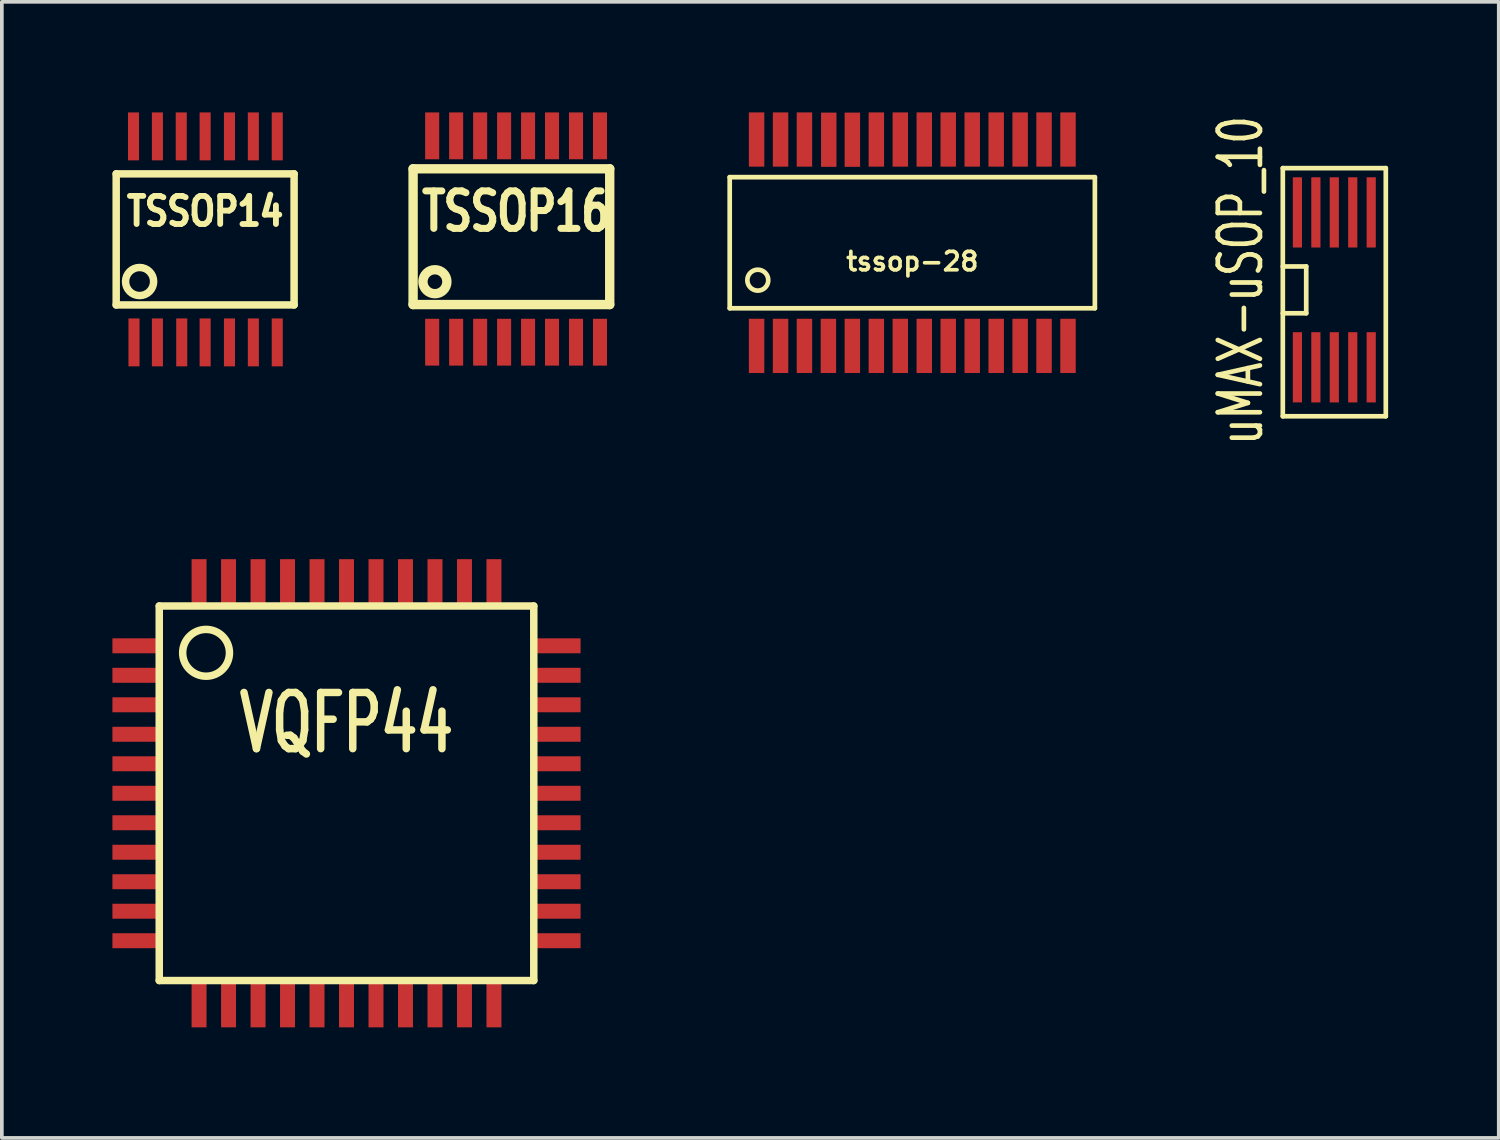
<source format=kicad_pcb>
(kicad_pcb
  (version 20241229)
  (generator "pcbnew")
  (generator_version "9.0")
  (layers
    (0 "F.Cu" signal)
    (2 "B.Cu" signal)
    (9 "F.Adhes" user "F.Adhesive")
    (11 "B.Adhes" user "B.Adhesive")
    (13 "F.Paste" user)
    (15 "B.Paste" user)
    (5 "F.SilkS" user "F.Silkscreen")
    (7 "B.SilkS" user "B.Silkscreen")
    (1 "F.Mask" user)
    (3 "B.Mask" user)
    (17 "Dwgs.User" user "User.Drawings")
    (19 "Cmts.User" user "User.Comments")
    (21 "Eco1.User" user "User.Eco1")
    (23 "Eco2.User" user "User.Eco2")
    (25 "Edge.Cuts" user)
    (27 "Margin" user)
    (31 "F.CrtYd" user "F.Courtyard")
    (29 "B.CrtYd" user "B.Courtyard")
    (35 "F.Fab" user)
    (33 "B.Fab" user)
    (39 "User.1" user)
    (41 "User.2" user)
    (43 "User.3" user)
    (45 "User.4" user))
  (footprint "TSSOP14"
    (layer "F.Cu")
    (at 2.515 3.444)
    (property "Reference" "TSSOP14" (at 0 -0.762 0) (layer "F.SilkS") (effects (font (size 0.762 0.635) (thickness 0.16))))
    (attr smd)
    (fp_line (start -2.413 -1.778) (end 2.413 -1.778) (stroke (width 0.203) (type solid)) (layer "F.SilkS"))
    (fp_line (start -2.413 1.778) (end -2.413 -1.778) (stroke (width 0.203) (type solid)) (layer "F.SilkS"))
    (fp_line (start 2.413 -1.778) (end 2.413 1.778) (stroke (width 0.203) (type solid)) (layer "F.SilkS"))
    (fp_line (start 2.413 1.778) (end -2.413 1.778) (stroke (width 0.203) (type solid)) (layer "F.SilkS"))
    (fp_circle (center -1.778 1.143) (end -2.159 1.143) (stroke (width 0.203) (type solid)) (fill no) (layer "F.SilkS"))
    (pad "1" smd rect (at -1.93 2.794) (size 0.3 1.3) (layers "F.Cu" "F.Mask" "F.Paste"))
    (pad "2" smd rect (at -1.295 2.794) (size 0.3 1.3) (layers "F.Cu" "F.Mask" "F.Paste"))
    (pad "3" smd rect (at -0.635 2.794) (size 0.3 1.3) (layers "F.Cu" "F.Mask" "F.Paste"))
    (pad "4" smd rect (at 0 2.794) (size 0.3 1.3) (layers "F.Cu" "F.Mask" "F.Paste"))
    (pad "5" smd rect (at 0.66 2.794) (size 0.3 1.3) (layers "F.Cu" "F.Mask" "F.Paste"))
    (pad "6" smd rect (at 1.308 2.794) (size 0.3 1.3) (layers "F.Cu" "F.Mask" "F.Paste"))
    (pad "7" smd rect (at 1.956 2.794) (size 0.3 1.3) (layers "F.Cu" "F.Mask" "F.Paste"))
    (pad "8" smd rect (at 1.956 -2.794) (size 0.3 1.3) (layers "F.Cu" "F.Mask" "F.Paste"))
    (pad "9" smd rect (at 1.308 -2.794) (size 0.3 1.3) (layers "F.Cu" "F.Mask" "F.Paste"))
    (pad "10" smd rect (at 0.66 -2.794) (size 0.3 1.3) (layers "F.Cu" "F.Mask" "F.Paste"))
    (pad "11" smd rect (at 0 -2.794) (size 0.3 1.3) (layers "F.Cu" "F.Mask" "F.Paste"))
    (pad "12" smd rect (at -0.648 -2.794) (size 0.3 1.3) (layers "F.Cu" "F.Mask" "F.Paste"))
    (pad "13" smd rect (at -1.295 -2.794) (size 0.3 1.3) (layers "F.Cu" "F.Mask" "F.Paste"))
    (pad "14" smd rect (at -1.943 -2.794) (size 0.3 1.3) (layers "F.Cu" "F.Mask" "F.Paste")))
  (footprint "tssop-28"
    (layer "F.Cu")
    (at 21.698 3.534)
    (property "Reference" "tssop-28" (at 0 0.508 0) (layer "F.SilkS") (effects (font (size 0.5 0.5) (thickness 0.099))))
    (attr smd)
    (fp_line (start -4.953 -1.778) (end -4.953 1.778) (stroke (width 0.127) (type solid)) (layer "F.SilkS"))
    (fp_line (start -4.953 1.778) (end 4.953 1.778) (stroke (width 0.127) (type solid)) (layer "F.SilkS"))
    (fp_line (start 4.953 -1.778) (end -4.953 -1.778) (stroke (width 0.127) (type solid)) (layer "F.SilkS"))
    (fp_line (start 4.953 -1.778) (end 4.953 1.778) (stroke (width 0.127) (type solid)) (layer "F.SilkS"))
    (fp_circle (center -4.191 1.016) (end -4.318 1.27) (stroke (width 0.127) (type solid)) (fill no) (layer "F.SilkS"))
    (pad "1" smd rect (at -4.224 2.799) (size 0.419 1.471) (layers "F.Cu" "F.Mask" "F.Paste"))
    (pad "2" smd rect (at -3.574 2.799) (size 0.419 1.471) (layers "F.Cu" "F.Mask" "F.Paste"))
    (pad "3" smd rect (at -2.926 2.799) (size 0.419 1.471) (layers "F.Cu" "F.Mask" "F.Paste"))
    (pad "4" smd rect (at -2.276 2.799) (size 0.419 1.471) (layers "F.Cu" "F.Mask" "F.Paste"))
    (pad "5" smd rect (at -1.626 2.799) (size 0.419 1.471) (layers "F.Cu" "F.Mask" "F.Paste"))
    (pad "6" smd rect (at -0.975 2.799) (size 0.419 1.471) (layers "F.Cu" "F.Mask" "F.Paste"))
    (pad "7" smd rect (at -0.325 2.799) (size 0.419 1.471) (layers "F.Cu" "F.Mask" "F.Paste"))
    (pad "8" smd rect (at 0.325 2.799) (size 0.419 1.471) (layers "F.Cu" "F.Mask" "F.Paste"))
    (pad "9" smd rect (at 0.975 2.799) (size 0.419 1.471) (layers "F.Cu" "F.Mask" "F.Paste"))
    (pad "10" smd rect (at 1.626 2.799) (size 0.419 1.471) (layers "F.Cu" "F.Mask" "F.Paste"))
    (pad "11" smd rect (at 2.276 2.799) (size 0.419 1.471) (layers "F.Cu" "F.Mask" "F.Paste"))
    (pad "12" smd rect (at 2.926 2.799) (size 0.419 1.471) (layers "F.Cu" "F.Mask" "F.Paste"))
    (pad "13" smd rect (at 3.574 2.799) (size 0.419 1.471) (layers "F.Cu" "F.Mask" "F.Paste"))
    (pad "14" smd rect (at 4.224 2.799) (size 0.419 1.471) (layers "F.Cu" "F.Mask" "F.Paste"))
    (pad "15" smd rect (at 4.224 -2.799) (size 0.419 1.471) (layers "F.Cu" "F.Mask" "F.Paste"))
    (pad "16" smd rect (at 3.574 -2.799) (size 0.419 1.471) (layers "F.Cu" "F.Mask" "F.Paste"))
    (pad "17" smd rect (at 2.926 -2.799) (size 0.419 1.471) (layers "F.Cu" "F.Mask" "F.Paste"))
    (pad "18" smd rect (at 2.276 -2.799) (size 0.419 1.471) (layers "F.Cu" "F.Mask" "F.Paste"))
    (pad "19" smd rect (at 1.626 -2.799) (size 0.419 1.471) (layers "F.Cu" "F.Mask" "F.Paste"))
    (pad "20" smd rect (at 0.975 -2.799) (size 0.419 1.471) (layers "F.Cu" "F.Mask" "F.Paste"))
    (pad "21" smd rect (at 0.325 -2.799) (size 0.419 1.471) (layers "F.Cu" "F.Mask" "F.Paste"))
    (pad "22" smd rect (at -0.325 -2.799) (size 0.419 1.471) (layers "F.Cu" "F.Mask" "F.Paste"))
    (pad "23" smd rect (at -0.975 -2.799) (size 0.419 1.471) (layers "F.Cu" "F.Mask" "F.Paste"))
    (pad "24" smd rect (at -1.626 -2.794) (size 0.419 1.471) (layers "F.Cu" "F.Mask" "F.Paste"))
    (pad "25" smd rect (at -2.266 -2.794) (size 0.419 1.471) (layers "F.Cu" "F.Mask" "F.Paste"))
    (pad "26" smd rect (at -2.926 -2.799) (size 0.419 1.471) (layers "F.Cu" "F.Mask" "F.Paste"))
    (pad "27" smd rect (at -3.574 -2.799) (size 0.419 1.471) (layers "F.Cu" "F.Mask" "F.Paste"))
    (pad "28" smd rect (at -4.224 -2.799) (size 0.419 1.471) (layers "F.Cu" "F.Mask" "F.Paste")))
  (footprint "VQFP44"
    (layer "F.Cu")
    (at 6.35 18.469)
    (property "Reference" "VQFP44" (at 0 -1.905 0) (layer "F.SilkS") (effects (font (size 1.524 1.016) (thickness 0.203))))
    (attr smd)
    (fp_line (start -5.08 -5.08) (end 5.08 -5.08) (stroke (width 0.203) (type solid)) (layer "F.SilkS"))
    (fp_line (start -5.08 5.08) (end -5.08 -5.08) (stroke (width 0.203) (type solid)) (layer "F.SilkS"))
    (fp_line (start 5.08 -5.08) (end 5.08 5.08) (stroke (width 0.203) (type solid)) (layer "F.SilkS"))
    (fp_line (start 5.08 5.08) (end -5.08 5.08) (stroke (width 0.203) (type solid)) (layer "F.SilkS"))
    (fp_circle (center -3.81 -3.81) (end -3.81 -3.175) (stroke (width 0.203) (type solid)) (fill no) (layer "F.SilkS"))
    (pad "1" smd rect (at -5.715 -4) (size 1.27 0.406) (layers "F.Cu" "F.Mask" "F.Paste"))
    (pad "2" smd rect (at -5.715 -3.2) (size 1.27 0.406) (layers "F.Cu" "F.Mask" "F.Paste"))
    (pad "3" smd rect (at -5.715 -2.4) (size 1.27 0.406) (layers "F.Cu" "F.Mask" "F.Paste"))
    (pad "4" smd rect (at -5.715 -1.6) (size 1.27 0.406) (layers "F.Cu" "F.Mask" "F.Paste"))
    (pad "5" smd rect (at -5.715 -0.8) (size 1.27 0.406) (layers "F.Cu" "F.Mask" "F.Paste"))
    (pad "6" smd rect (at -5.715 0) (size 1.27 0.406) (layers "F.Cu" "F.Mask" "F.Paste"))
    (pad "7" smd rect (at -5.715 0.8) (size 1.27 0.406) (layers "F.Cu" "F.Mask" "F.Paste"))
    (pad "8" smd rect (at -5.715 1.6) (size 1.27 0.406) (layers "F.Cu" "F.Mask" "F.Paste"))
    (pad "9" smd rect (at -5.715 2.4) (size 1.27 0.406) (layers "F.Cu" "F.Mask" "F.Paste"))
    (pad "10" smd rect (at -5.715 3.2) (size 1.27 0.406) (layers "F.Cu" "F.Mask" "F.Paste"))
    (pad "11" smd rect (at -5.715 4) (size 1.27 0.406) (layers "F.Cu" "F.Mask" "F.Paste"))
    (pad "12" smd rect (at -4 5.715) (size 0.406 1.27) (layers "F.Cu" "F.Mask" "F.Paste"))
    (pad "13" smd rect (at -3.2 5.715) (size 0.406 1.27) (layers "F.Cu" "F.Mask" "F.Paste"))
    (pad "14" smd rect (at -2.4 5.715) (size 0.406 1.27) (layers "F.Cu" "F.Mask" "F.Paste"))
    (pad "15" smd rect (at -1.6 5.715) (size 0.406 1.27) (layers "F.Cu" "F.Mask" "F.Paste"))
    (pad "16" smd rect (at -0.8 5.715) (size 0.406 1.27) (layers "F.Cu" "F.Mask" "F.Paste"))
    (pad "17" smd rect (at 0 5.715) (size 0.406 1.27) (layers "F.Cu" "F.Mask" "F.Paste"))
    (pad "18" smd rect (at 0.8 5.715) (size 0.406 1.27) (layers "F.Cu" "F.Mask" "F.Paste"))
    (pad "19" smd rect (at 1.6 5.715) (size 0.406 1.27) (layers "F.Cu" "F.Mask" "F.Paste"))
    (pad "20" smd rect (at 2.4 5.715) (size 0.406 1.27) (layers "F.Cu" "F.Mask" "F.Paste"))
    (pad "21" smd rect (at 3.2 5.715) (size 0.406 1.27) (layers "F.Cu" "F.Mask" "F.Paste"))
    (pad "22" smd rect (at 4 5.715) (size 0.406 1.27) (layers "F.Cu" "F.Mask" "F.Paste"))
    (pad "23" smd rect (at 5.715 4) (size 1.27 0.406) (layers "F.Cu" "F.Mask" "F.Paste"))
    (pad "24" smd rect (at 5.715 3.2) (size 1.27 0.406) (layers "F.Cu" "F.Mask" "F.Paste"))
    (pad "25" smd rect (at 5.715 2.4) (size 1.27 0.406) (layers "F.Cu" "F.Mask" "F.Paste"))
    (pad "26" smd rect (at 5.715 1.6) (size 1.27 0.406) (layers "F.Cu" "F.Mask" "F.Paste"))
    (pad "27" smd rect (at 5.715 0.8) (size 1.27 0.406) (layers "F.Cu" "F.Mask" "F.Paste"))
    (pad "28" smd rect (at 5.715 0) (size 1.27 0.406) (layers "F.Cu" "F.Mask" "F.Paste"))
    (pad "29" smd rect (at 5.715 -0.8) (size 1.27 0.406) (layers "F.Cu" "F.Mask" "F.Paste"))
    (pad "30" smd rect (at 5.715 -1.6) (size 1.27 0.406) (layers "F.Cu" "F.Mask" "F.Paste"))
    (pad "31" smd rect (at 5.715 -2.4) (size 1.27 0.406) (layers "F.Cu" "F.Mask" "F.Paste"))
    (pad "32" smd rect (at 5.715 -3.2) (size 1.27 0.406) (layers "F.Cu" "F.Mask" "F.Paste"))
    (pad "33" smd rect (at 5.715 -4) (size 1.27 0.406) (layers "F.Cu" "F.Mask" "F.Paste"))
    (pad "34" smd rect (at 4 -5.715 90) (size 1.27 0.406) (layers "F.Cu" "F.Mask" "F.Paste"))
    (pad "35" smd rect (at 3.2 -5.715 90) (size 1.27 0.406) (layers "F.Cu" "F.Mask" "F.Paste"))
    (pad "36" smd rect (at 2.4 -5.715 90) (size 1.27 0.406) (layers "F.Cu" "F.Mask" "F.Paste"))
    (pad "37" smd rect (at 1.6 -5.715 90) (size 1.27 0.406) (layers "F.Cu" "F.Mask" "F.Paste"))
    (pad "38" smd rect (at 0.8 -5.715 90) (size 1.27 0.406) (layers "F.Cu" "F.Mask" "F.Paste"))
    (pad "39" smd rect (at 0 -5.715 90) (size 1.27 0.406) (layers "F.Cu" "F.Mask" "F.Paste"))
    (pad "40" smd rect (at -0.8 -5.715 90) (size 1.27 0.406) (layers "F.Cu" "F.Mask" "F.Paste"))
    (pad "41" smd rect (at -1.6 -5.715 90) (size 1.27 0.406) (layers "F.Cu" "F.Mask" "F.Paste"))
    (pad "42" smd rect (at -2.4 -5.715 90) (size 1.27 0.406) (layers "F.Cu" "F.Mask" "F.Paste"))
    (pad "43" smd rect (at -3.2 -5.715 90) (size 1.27 0.406) (layers "F.Cu" "F.Mask" "F.Paste"))
    (pad "44" smd rect (at -4 -5.715 90) (size 1.27 0.406) (layers "F.Cu" "F.Mask" "F.Paste")))
  (footprint "TSSOP16"
    (layer "F.Cu")
    (at 10.95 3.434)
    (property "Reference" "TSSOP16" (at 0 -0.749 0) (layer "F.SilkS") (effects (font (size 1.016 0.762) (thickness 0.191))))
    (attr smd)
    (fp_line (start -2.794 -1.905) (end 2.54 -1.905) (stroke (width 0.254) (type solid)) (layer "F.SilkS"))
    (fp_line (start -2.794 1.778) (end -2.794 -1.905) (stroke (width 0.254) (type solid)) (layer "F.SilkS"))
    (fp_line (start 2.54 -1.905) (end 2.54 1.778) (stroke (width 0.254) (type solid)) (layer "F.SilkS"))
    (fp_line (start 2.54 1.778) (end -2.794 1.778) (stroke (width 0.254) (type solid)) (layer "F.SilkS"))
    (fp_circle (center -2.202 1.158) (end -2.405 1.412) (stroke (width 0.254) (type solid)) (fill no) (layer "F.SilkS"))
    (pad "1" smd rect (at -2.276 2.799) (size 0.381 1.27) (layers "F.Cu" "F.Mask" "F.Paste"))
    (pad "2" smd rect (at -1.626 2.799) (size 0.381 1.27) (layers "F.Cu" "F.Mask" "F.Paste"))
    (pad "3" smd rect (at -0.975 2.799) (size 0.381 1.27) (layers "F.Cu" "F.Mask" "F.Paste"))
    (pad "4" smd rect (at -0.325 2.799) (size 0.381 1.27) (layers "F.Cu" "F.Mask" "F.Paste"))
    (pad "5" smd rect (at 0.325 2.799) (size 0.381 1.27) (layers "F.Cu" "F.Mask" "F.Paste"))
    (pad "6" smd rect (at 0.975 2.799) (size 0.381 1.27) (layers "F.Cu" "F.Mask" "F.Paste"))
    (pad "7" smd rect (at 1.626 2.799) (size 0.381 1.27) (layers "F.Cu" "F.Mask" "F.Paste"))
    (pad "8" smd rect (at 2.276 2.799) (size 0.381 1.27) (layers "F.Cu" "F.Mask" "F.Paste"))
    (pad "9" smd rect (at 2.276 -2.799) (size 0.381 1.27) (layers "F.Cu" "F.Mask" "F.Paste"))
    (pad "10" smd rect (at 1.626 -2.799) (size 0.381 1.27) (layers "F.Cu" "F.Mask" "F.Paste"))
    (pad "11" smd rect (at 0.975 -2.799) (size 0.381 1.27) (layers "F.Cu" "F.Mask" "F.Paste"))
    (pad "12" smd rect (at 0.325 -2.799) (size 0.381 1.27) (layers "F.Cu" "F.Mask" "F.Paste"))
    (pad "13" smd rect (at -0.325 -2.799) (size 0.381 1.27) (layers "F.Cu" "F.Mask" "F.Paste"))
    (pad "14" smd rect (at -0.975 -2.799) (size 0.381 1.27) (layers "F.Cu" "F.Mask" "F.Paste"))
    (pad "15" smd rect (at -1.626 -2.799) (size 0.381 1.27) (layers "F.Cu" "F.Mask" "F.Paste"))
    (pad "16" smd rect (at -2.276 -2.799) (size 0.381 1.27) (layers "F.Cu" "F.Mask" "F.Paste")))
  (footprint "uMAX-uSOP_10"
    (layer "F.Cu")
    (at 33.146 4.813)
    (property "Reference" "uMAX-uSOP_10" (at -2.54 -0.254 90) (layer "F.SilkS") (effects (font (size 1.143 0.762) (thickness 0.127))))
    (attr smd)
    (fp_line (start -1.397 -3.302) (end 1.397 -3.302) (stroke (width 0.127) (type solid)) (layer "F.SilkS"))
    (fp_line (start -1.397 -0.635) (end -0.762 -0.635) (stroke (width 0.127) (type solid)) (layer "F.SilkS"))
    (fp_line (start -1.397 3.429) (end -1.397 -3.302) (stroke (width 0.127) (type solid)) (layer "F.SilkS"))
    (fp_line (start -0.762 -0.635) (end -0.762 0.635) (stroke (width 0.127) (type solid)) (layer "F.SilkS"))
    (fp_line (start -0.762 0.635) (end -1.397 0.635) (stroke (width 0.127) (type solid)) (layer "F.SilkS"))
    (fp_line (start 1.397 -3.302) (end 1.397 3.429) (stroke (width 0.127) (type solid)) (layer "F.SilkS"))
    (fp_line (start 1.397 3.429) (end -1.397 3.429) (stroke (width 0.127) (type solid)) (layer "F.SilkS"))
    (pad "1" smd rect (at -1.001 2.101) (size 0.249 1.905) (layers "F.Cu" "F.Mask" "F.Paste"))
    (pad "2" smd rect (at -0.5 2.101) (size 0.249 1.905) (layers "F.Cu" "F.Mask" "F.Paste"))
    (pad "3" smd rect (at 0 2.101) (size 0.249 1.905) (layers "F.Cu" "F.Mask" "F.Paste"))
    (pad "4" smd rect (at 0.5 2.101) (size 0.249 1.905) (layers "F.Cu" "F.Mask" "F.Paste"))
    (pad "5" smd rect (at 1.001 2.101) (size 0.249 1.905) (layers "F.Cu" "F.Mask" "F.Paste"))
    (pad "6" smd rect (at 1.001 -2.101) (size 0.249 1.905) (layers "F.Cu" "F.Mask" "F.Paste"))
    (pad "7" smd rect (at 0.5 -2.101) (size 0.249 1.905) (layers "F.Cu" "F.Mask" "F.Paste"))
    (pad "8" smd rect (at 0 -2.101) (size 0.249 1.905) (layers "F.Cu" "F.Mask" "F.Paste"))
    (pad "9" smd rect (at -0.5 -2.101) (size 0.249 1.905) (layers "F.Cu" "F.Mask" "F.Paste"))
    (pad "10" smd rect (at -1.001 -2.101) (size 0.249 1.905) (layers "F.Cu" "F.Mask" "F.Paste")))
  (gr_rect
    (start -3 -3)
    (end 37.607 27.819)
    (stroke (width 0.1) (type default))
    (fill no)
    (layer "Edge.Cuts")))
</source>
